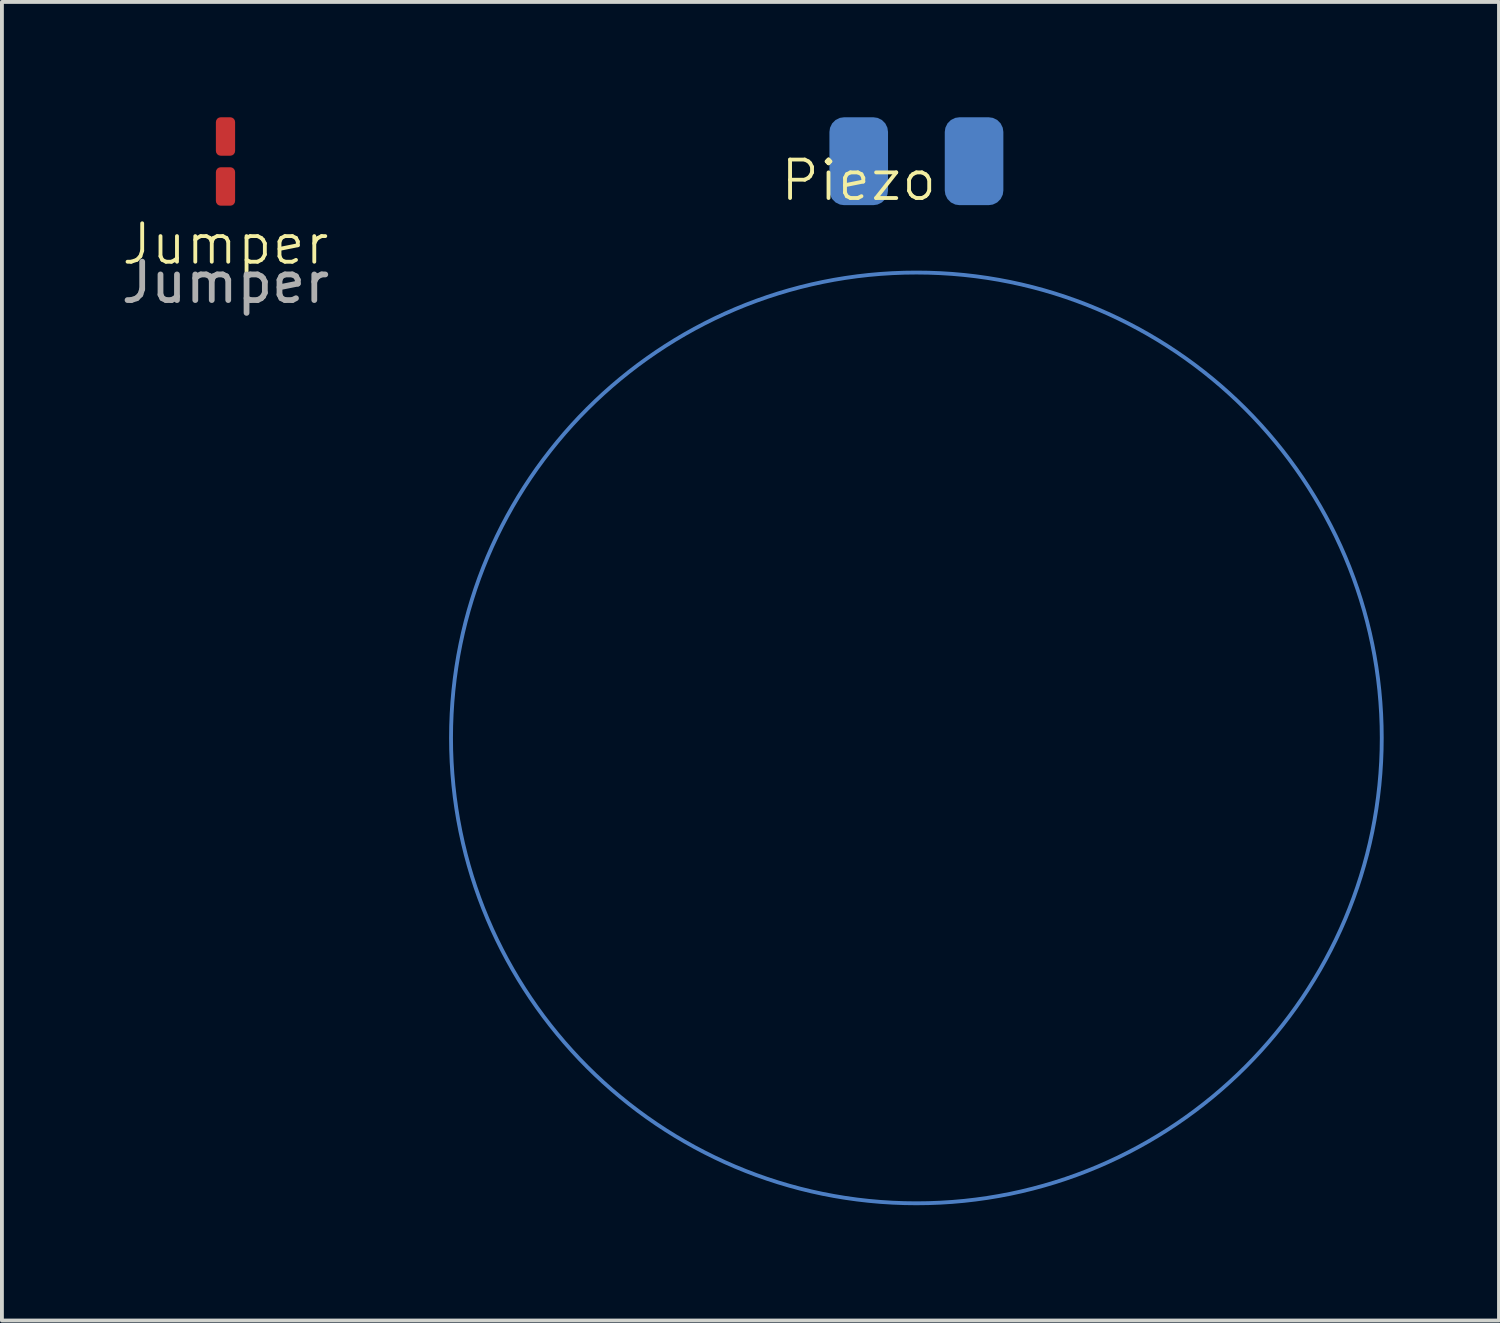
<source format=kicad_pcb>
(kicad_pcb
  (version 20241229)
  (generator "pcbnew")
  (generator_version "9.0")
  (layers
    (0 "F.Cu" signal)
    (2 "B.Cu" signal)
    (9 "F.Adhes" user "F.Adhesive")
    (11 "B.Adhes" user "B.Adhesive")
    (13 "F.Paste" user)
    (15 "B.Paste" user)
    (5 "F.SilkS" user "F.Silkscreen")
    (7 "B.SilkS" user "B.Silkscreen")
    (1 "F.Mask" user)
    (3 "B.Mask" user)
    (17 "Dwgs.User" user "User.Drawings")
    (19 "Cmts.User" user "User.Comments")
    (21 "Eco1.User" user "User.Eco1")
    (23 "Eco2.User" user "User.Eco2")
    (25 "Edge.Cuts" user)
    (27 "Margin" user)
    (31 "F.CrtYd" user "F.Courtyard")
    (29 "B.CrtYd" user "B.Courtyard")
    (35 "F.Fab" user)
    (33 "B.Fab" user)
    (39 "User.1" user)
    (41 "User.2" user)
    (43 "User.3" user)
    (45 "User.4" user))
  (footprint "Jumper"
    (layer "F.Cu")
    (at 2.815 1.8)
    (property "Reference" "Jumper" (at 0 1.5 0) (unlocked yes) (layer "F.SilkS") (effects (font (size 1 1) (thickness 0.1))))
    (attr smd)
    (fp_text user "${REFERENCE}" (at 0 2.5 0) (unlocked yes) (layer "F.Fab") (effects (font (size 1 1) (thickness 0.15))))
    (pad "1" smd roundrect (at 0 0 90) (size 1 0.5) (layers "F.Cu" "F.Mask" "F.Paste") (roundrect_rratio 0.25))
    (pad "2" smd roundrect (at 0 -1.3 90) (size 1 0.5) (layers "F.Cu" "F.Mask" "F.Paste") (roundrect_rratio 0.25)))
  (footprint "Piezo"
    (layer "F.Cu")
    (at 20.785 1.143)
    (property "Reference" "Piezo" (at -1.5 0.5 0) (unlocked yes) (layer "F.SilkS") (effects (font (size 1 1) (thickness 0.1))))
    (attr smd)
    (fp_circle (center 0 15) (end 12.104 15) (stroke (width 0.1) (type default)) (fill no) (layer "B.Cu"))
    (pad "1" smd roundrect (at -1.5 0 90) (size 2.286 1.524) (layers "B.Cu" "B.Mask" "B.Paste") (roundrect_rratio 0.25))
    (pad "2" smd roundrect (at 1.5 0 90) (size 2.286 1.524) (layers "B.Cu" "B.Mask" "B.Paste") (roundrect_rratio 0.25)))
  (gr_rect
    (start -3 -3)
    (end 35.938 31.297)
    (stroke (width 0.1) (type default))
    (fill no)
    (layer "Edge.Cuts")))
</source>
